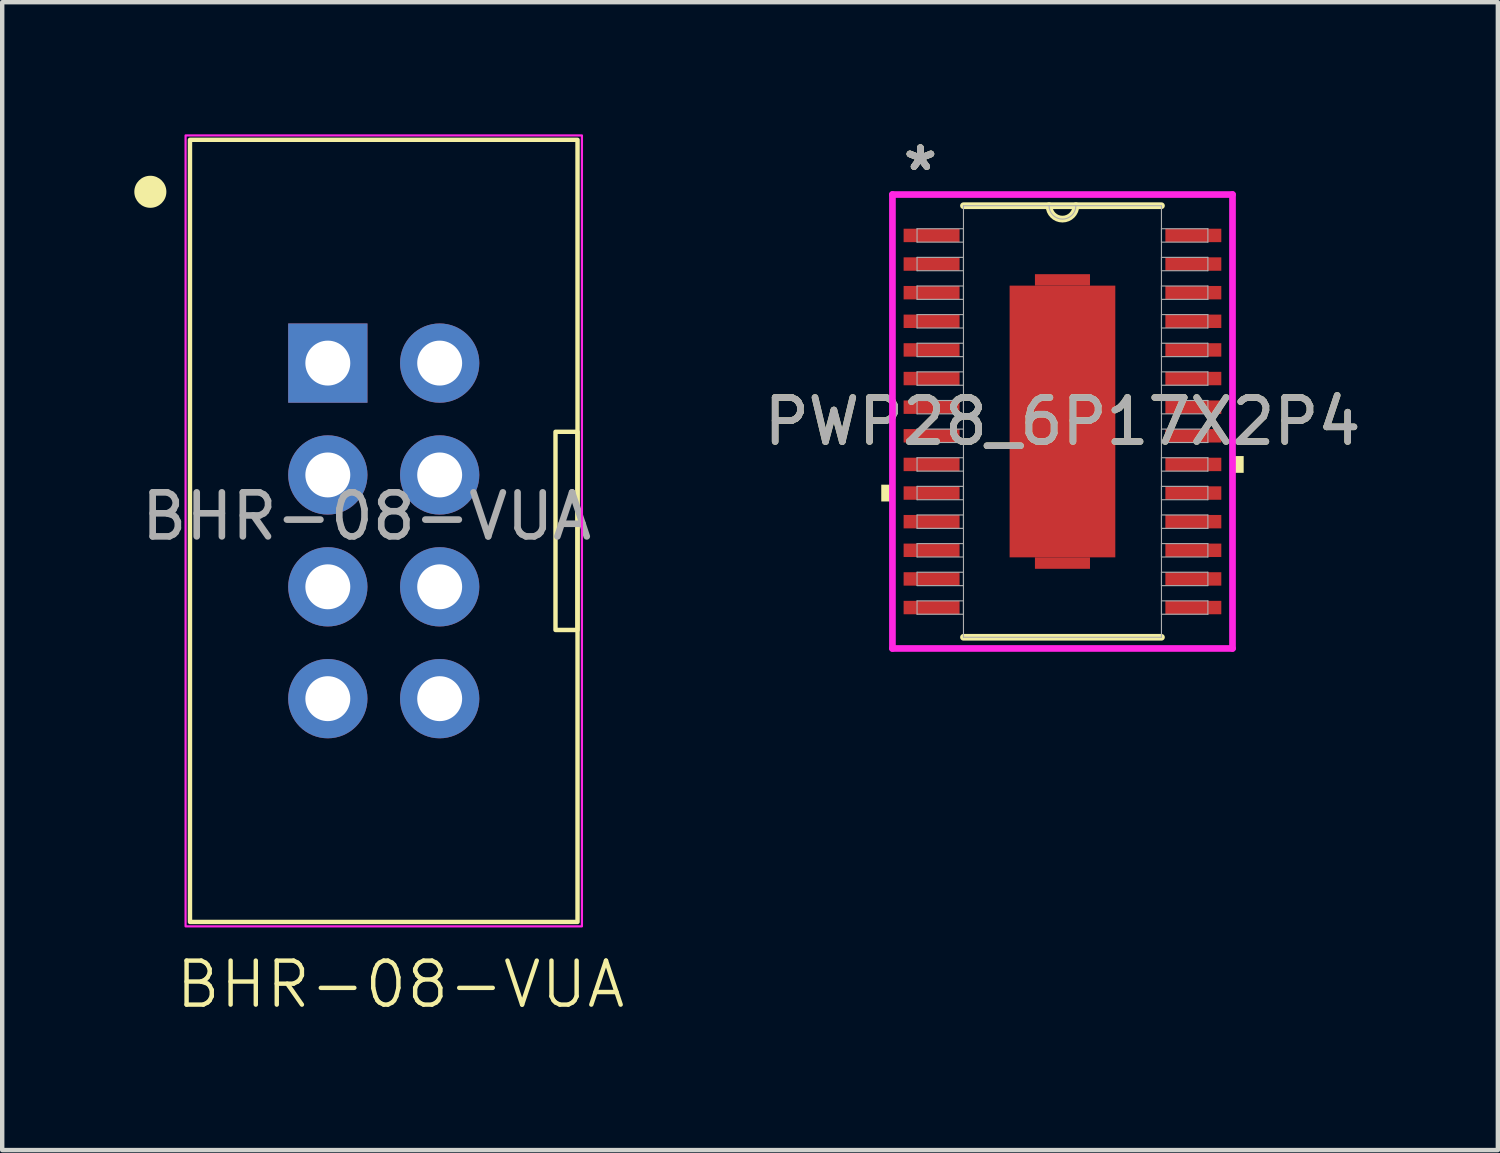
<source format=kicad_pcb>
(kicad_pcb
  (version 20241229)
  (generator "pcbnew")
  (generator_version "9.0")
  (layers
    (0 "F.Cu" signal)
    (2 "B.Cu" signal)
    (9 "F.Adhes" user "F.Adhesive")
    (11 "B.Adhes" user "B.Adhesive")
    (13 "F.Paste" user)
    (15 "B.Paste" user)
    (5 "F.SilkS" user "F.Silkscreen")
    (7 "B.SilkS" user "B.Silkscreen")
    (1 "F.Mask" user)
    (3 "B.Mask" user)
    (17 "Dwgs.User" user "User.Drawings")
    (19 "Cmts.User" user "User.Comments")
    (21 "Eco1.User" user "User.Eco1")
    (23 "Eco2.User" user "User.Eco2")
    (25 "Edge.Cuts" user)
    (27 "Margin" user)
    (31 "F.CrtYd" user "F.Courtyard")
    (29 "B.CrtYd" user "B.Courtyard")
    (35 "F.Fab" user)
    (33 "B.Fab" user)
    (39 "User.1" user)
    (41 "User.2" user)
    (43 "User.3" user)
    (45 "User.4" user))
  (footprint "BHR-08-VUA"
    (layer "F.Cu")
    (at 5.664 9.005)
    (property "Reference" "BHR-08-VUA" (at 0.38 10.3 0) (unlocked yes) (layer "F.SilkS") (effects (font (size 1 1) (thickness 0.1))))
    (attr smd)
    (fp_rect (start -4.4 -8.88) (end 4.4 8.88) (stroke (width 0.1) (type default)) (fill no) (layer "F.SilkS"))
    (fp_rect (start 4.4 -2.25) (end 3.9 2.25) (stroke (width 0.1) (type default)) (fill no) (layer "F.SilkS"))
    (fp_circle (center -5.3 -7.7) (end -4.936 -7.7) (stroke (width 0) (type solid)) (fill yes) (layer "F.SilkS"))
    (fp_rect (start -4.5 -8.98) (end 4.5 8.98) (stroke (width 0.05) (type default)) (fill no) (layer "F.CrtYd"))
    (fp_text user "${REFERENCE}" (at -0.39 -0.33 0) (unlocked yes) (layer "F.Fab") (effects (font (size 1 1) (thickness 0.15))))
    (pad "1" thru_hole rect (at -1.27 -3.81) (size 1.8 1.8) (drill 1.02) (layers "*.Cu" "*.Mask"))
    (pad "2" thru_hole circle (at 1.27 -3.81) (size 1.8 1.8) (drill 1.02) (layers "*.Cu" "*.Mask"))
    (pad "3" thru_hole circle (at -1.27 -1.27) (size 1.8 1.8) (drill 1.02) (layers "*.Cu" "*.Mask"))
    (pad "4" thru_hole circle (at 1.27 -1.27) (size 1.8 1.8) (drill 1.02) (layers "*.Cu" "*.Mask"))
    (pad "5" thru_hole circle (at -1.27 1.27) (size 1.8 1.8) (drill 1.02) (layers "*.Cu" "*.Mask"))
    (pad "6" thru_hole circle (at 1.27 1.27) (size 1.8 1.8) (drill 1.02) (layers "*.Cu" "*.Mask"))
    (pad "7" thru_hole circle (at -1.27 3.81) (size 1.8 1.8) (drill 1.02) (layers "*.Cu" "*.Mask"))
    (pad "8" thru_hole circle (at 1.27 3.81) (size 1.8 1.8) (drill 1.02) (layers "*.Cu" "*.Mask")))
  (footprint "PWP28_6P17X2P4"
    (layer "F.Cu")
    (at 21.076 6.521)
    (property "Reference" "PWP28_6P17X2P4" (at 0 0 0) (unlocked yes) (layer "F.SilkS") (effects (font (size 1 1) (thickness 0.15))))
    (attr smd)
    (fp_poly (pts (xy -0.625 -3.085) (xy -0.625 -3.345) (xy 0.625 -3.345) (xy 0.625 -3.085)) (stroke (width 0) (type solid)) (fill yes) (layer "F.Cu"))
    (fp_poly (pts (xy -0.625 3.085) (xy -0.625 3.345) (xy 0.625 3.345) (xy 0.625 3.085)) (stroke (width 0) (type solid)) (fill yes) (layer "F.Cu"))
    (fp_poly (pts (xy -0.625 -3.085) (xy -0.625 -3.345) (xy 0.625 -3.345) (xy 0.625 -3.085)) (stroke (width 0) (type solid)) (fill yes) (layer "F.Mask"))
    (fp_poly (pts (xy -0.625 3.085) (xy -0.625 3.345) (xy 0.625 3.345) (xy 0.625 3.085)) (stroke (width 0) (type solid)) (fill yes) (layer "F.Mask"))
    (fp_line (start -2.248 4.9) (end 2.248 4.9) (stroke (width 0.152) (type solid)) (layer "F.SilkS"))
    (fp_line (start 2.248 -4.9) (end -2.248 -4.9) (stroke (width 0.152) (type solid)) (layer "F.SilkS"))
    (fp_arc (start 0.3048 -4.900003) (mid 0 -4.595203) (end -0.3048 -4.900003) (stroke (width 0.1524) (type solid)) (layer "F.SilkS"))
    (fp_poly (pts (xy -4.115 1.435) (xy -4.115 1.816) (xy -3.861 1.816) (xy -3.861 1.435)) (stroke (width 0) (type solid)) (fill yes) (layer "F.SilkS"))
    (fp_poly (pts (xy 4.115 0.785) (xy 4.115 1.166) (xy 3.861 1.166) (xy 3.861 0.785)) (stroke (width 0) (type solid)) (fill yes) (layer "F.SilkS"))
    (fp_line (start -3.861 -5.154) (end 3.861 -5.154) (stroke (width 0.152) (type solid)) (layer "F.CrtYd"))
    (fp_line (start -3.861 5.154) (end -3.861 -5.154) (stroke (width 0.152) (type solid)) (layer "F.CrtYd"))
    (fp_line (start 3.861 -5.154) (end 3.861 5.154) (stroke (width 0.152) (type solid)) (layer "F.CrtYd"))
    (fp_line (start 3.861 5.154) (end -3.861 5.154) (stroke (width 0.152) (type solid)) (layer "F.CrtYd"))
    (fp_line (start -3.302 -4.377) (end -3.302 -4.073) (stroke (width 0.025) (type solid)) (layer "F.Fab"))
    (fp_line (start -3.302 -4.073) (end -2.248 -4.073) (stroke (width 0.025) (type solid)) (layer "F.Fab"))
    (fp_line (start -3.302 -3.727) (end -3.302 -3.423) (stroke (width 0.025) (type solid)) (layer "F.Fab"))
    (fp_line (start -3.302 -3.423) (end -2.248 -3.423) (stroke (width 0.025) (type solid)) (layer "F.Fab"))
    (fp_line (start -3.302 -3.077) (end -3.302 -2.773) (stroke (width 0.025) (type solid)) (layer "F.Fab"))
    (fp_line (start -3.302 -2.773) (end -2.248 -2.773) (stroke (width 0.025) (type solid)) (layer "F.Fab"))
    (fp_line (start -3.302 -2.427) (end -3.302 -2.123) (stroke (width 0.025) (type solid)) (layer "F.Fab"))
    (fp_line (start -3.302 -2.123) (end -2.248 -2.123) (stroke (width 0.025) (type solid)) (layer "F.Fab"))
    (fp_line (start -3.302 -1.777) (end -3.302 -1.473) (stroke (width 0.025) (type solid)) (layer "F.Fab"))
    (fp_line (start -3.302 -1.473) (end -2.248 -1.473) (stroke (width 0.025) (type solid)) (layer "F.Fab"))
    (fp_line (start -3.302 -1.127) (end -3.302 -0.823) (stroke (width 0.025) (type solid)) (layer "F.Fab"))
    (fp_line (start -3.302 -0.823) (end -2.248 -0.823) (stroke (width 0.025) (type solid)) (layer "F.Fab"))
    (fp_line (start -3.302 -0.477) (end -3.302 -0.173) (stroke (width 0.025) (type solid)) (layer "F.Fab"))
    (fp_line (start -3.302 -0.173) (end -2.248 -0.173) (stroke (width 0.025) (type solid)) (layer "F.Fab"))
    (fp_line (start -3.302 0.173) (end -3.302 0.477) (stroke (width 0.025) (type solid)) (layer "F.Fab"))
    (fp_line (start -3.302 0.477) (end -2.248 0.477) (stroke (width 0.025) (type solid)) (layer "F.Fab"))
    (fp_line (start -3.302 0.823) (end -3.302 1.127) (stroke (width 0.025) (type solid)) (layer "F.Fab"))
    (fp_line (start -3.302 1.127) (end -2.248 1.127) (stroke (width 0.025) (type solid)) (layer "F.Fab"))
    (fp_line (start -3.302 1.473) (end -3.302 1.777) (stroke (width 0.025) (type solid)) (layer "F.Fab"))
    (fp_line (start -3.302 1.777) (end -2.248 1.777) (stroke (width 0.025) (type solid)) (layer "F.Fab"))
    (fp_line (start -3.302 2.123) (end -3.302 2.427) (stroke (width 0.025) (type solid)) (layer "F.Fab"))
    (fp_line (start -3.302 2.427) (end -2.248 2.427) (stroke (width 0.025) (type solid)) (layer "F.Fab"))
    (fp_line (start -3.302 2.773) (end -3.302 3.077) (stroke (width 0.025) (type solid)) (layer "F.Fab"))
    (fp_line (start -3.302 3.077) (end -2.248 3.077) (stroke (width 0.025) (type solid)) (layer "F.Fab"))
    (fp_line (start -3.302 3.423) (end -3.302 3.727) (stroke (width 0.025) (type solid)) (layer "F.Fab"))
    (fp_line (start -3.302 3.727) (end -2.248 3.727) (stroke (width 0.025) (type solid)) (layer "F.Fab"))
    (fp_line (start -3.302 4.073) (end -3.302 4.377) (stroke (width 0.025) (type solid)) (layer "F.Fab"))
    (fp_line (start -3.302 4.377) (end -2.248 4.377) (stroke (width 0.025) (type solid)) (layer "F.Fab"))
    (fp_line (start -2.248 -4.9) (end -2.248 4.9) (stroke (width 0.025) (type solid)) (layer "F.Fab"))
    (fp_line (start -2.248 -4.377) (end -3.302 -4.377) (stroke (width 0.025) (type solid)) (layer "F.Fab"))
    (fp_line (start -2.248 -4.073) (end -2.248 -4.377) (stroke (width 0.025) (type solid)) (layer "F.Fab"))
    (fp_line (start -2.248 -3.727) (end -3.302 -3.727) (stroke (width 0.025) (type solid)) (layer "F.Fab"))
    (fp_line (start -2.248 -3.423) (end -2.248 -3.727) (stroke (width 0.025) (type solid)) (layer "F.Fab"))
    (fp_line (start -2.248 -3.077) (end -3.302 -3.077) (stroke (width 0.025) (type solid)) (layer "F.Fab"))
    (fp_line (start -2.248 -2.773) (end -2.248 -3.077) (stroke (width 0.025) (type solid)) (layer "F.Fab"))
    (fp_line (start -2.248 -2.427) (end -3.302 -2.427) (stroke (width 0.025) (type solid)) (layer "F.Fab"))
    (fp_line (start -2.248 -2.123) (end -2.248 -2.427) (stroke (width 0.025) (type solid)) (layer "F.Fab"))
    (fp_line (start -2.248 -1.777) (end -3.302 -1.777) (stroke (width 0.025) (type solid)) (layer "F.Fab"))
    (fp_line (start -2.248 -1.473) (end -2.248 -1.777) (stroke (width 0.025) (type solid)) (layer "F.Fab"))
    (fp_line (start -2.248 -1.127) (end -3.302 -1.127) (stroke (width 0.025) (type solid)) (layer "F.Fab"))
    (fp_line (start -2.248 -0.823) (end -2.248 -1.127) (stroke (width 0.025) (type solid)) (layer "F.Fab"))
    (fp_line (start -2.248 -0.477) (end -3.302 -0.477) (stroke (width 0.025) (type solid)) (layer "F.Fab"))
    (fp_line (start -2.248 -0.173) (end -2.248 -0.477) (stroke (width 0.025) (type solid)) (layer "F.Fab"))
    (fp_line (start -2.248 0.173) (end -3.302 0.173) (stroke (width 0.025) (type solid)) (layer "F.Fab"))
    (fp_line (start -2.248 0.477) (end -2.248 0.173) (stroke (width 0.025) (type solid)) (layer "F.Fab"))
    (fp_line (start -2.248 0.823) (end -3.302 0.823) (stroke (width 0.025) (type solid)) (layer "F.Fab"))
    (fp_line (start -2.248 1.127) (end -2.248 0.823) (stroke (width 0.025) (type solid)) (layer "F.Fab"))
    (fp_line (start -2.248 1.473) (end -3.302 1.473) (stroke (width 0.025) (type solid)) (layer "F.Fab"))
    (fp_line (start -2.248 1.777) (end -2.248 1.473) (stroke (width 0.025) (type solid)) (layer "F.Fab"))
    (fp_line (start -2.248 2.123) (end -3.302 2.123) (stroke (width 0.025) (type solid)) (layer "F.Fab"))
    (fp_line (start -2.248 2.427) (end -2.248 2.123) (stroke (width 0.025) (type solid)) (layer "F.Fab"))
    (fp_line (start -2.248 2.773) (end -3.302 2.773) (stroke (width 0.025) (type solid)) (layer "F.Fab"))
    (fp_line (start -2.248 3.077) (end -2.248 2.773) (stroke (width 0.025) (type solid)) (layer "F.Fab"))
    (fp_line (start -2.248 3.423) (end -3.302 3.423) (stroke (width 0.025) (type solid)) (layer "F.Fab"))
    (fp_line (start -2.248 3.727) (end -2.248 3.423) (stroke (width 0.025) (type solid)) (layer "F.Fab"))
    (fp_line (start -2.248 4.073) (end -3.302 4.073) (stroke (width 0.025) (type solid)) (layer "F.Fab"))
    (fp_line (start -2.248 4.377) (end -2.248 4.073) (stroke (width 0.025) (type solid)) (layer "F.Fab"))
    (fp_line (start -2.248 4.9) (end 2.248 4.9) (stroke (width 0.025) (type solid)) (layer "F.Fab"))
    (fp_line (start 2.248 -4.9) (end -2.248 -4.9) (stroke (width 0.025) (type solid)) (layer "F.Fab"))
    (fp_line (start 2.248 -4.377) (end 2.248 -4.073) (stroke (width 0.025) (type solid)) (layer "F.Fab"))
    (fp_line (start 2.248 -4.073) (end 3.302 -4.073) (stroke (width 0.025) (type solid)) (layer "F.Fab"))
    (fp_line (start 2.248 -3.727) (end 2.248 -3.423) (stroke (width 0.025) (type solid)) (layer "F.Fab"))
    (fp_line (start 2.248 -3.423) (end 3.302 -3.423) (stroke (width 0.025) (type solid)) (layer "F.Fab"))
    (fp_line (start 2.248 -3.077) (end 2.248 -2.773) (stroke (width 0.025) (type solid)) (layer "F.Fab"))
    (fp_line (start 2.248 -2.773) (end 3.302 -2.773) (stroke (width 0.025) (type solid)) (layer "F.Fab"))
    (fp_line (start 2.248 -2.427) (end 2.248 -2.123) (stroke (width 0.025) (type solid)) (layer "F.Fab"))
    (fp_line (start 2.248 -2.123) (end 3.302 -2.123) (stroke (width 0.025) (type solid)) (layer "F.Fab"))
    (fp_line (start 2.248 -1.777) (end 2.248 -1.473) (stroke (width 0.025) (type solid)) (layer "F.Fab"))
    (fp_line (start 2.248 -1.473) (end 3.302 -1.473) (stroke (width 0.025) (type solid)) (layer "F.Fab"))
    (fp_line (start 2.248 -1.127) (end 2.248 -0.823) (stroke (width 0.025) (type solid)) (layer "F.Fab"))
    (fp_line (start 2.248 -0.823) (end 3.302 -0.823) (stroke (width 0.025) (type solid)) (layer "F.Fab"))
    (fp_line (start 2.248 -0.477) (end 2.248 -0.173) (stroke (width 0.025) (type solid)) (layer "F.Fab"))
    (fp_line (start 2.248 -0.173) (end 3.302 -0.173) (stroke (width 0.025) (type solid)) (layer "F.Fab"))
    (fp_line (start 2.248 0.173) (end 2.248 0.477) (stroke (width 0.025) (type solid)) (layer "F.Fab"))
    (fp_line (start 2.248 0.477) (end 3.302 0.477) (stroke (width 0.025) (type solid)) (layer "F.Fab"))
    (fp_line (start 2.248 0.823) (end 2.248 1.127) (stroke (width 0.025) (type solid)) (layer "F.Fab"))
    (fp_line (start 2.248 1.127) (end 3.302 1.127) (stroke (width 0.025) (type solid)) (layer "F.Fab"))
    (fp_line (start 2.248 1.473) (end 2.248 1.777) (stroke (width 0.025) (type solid)) (layer "F.Fab"))
    (fp_line (start 2.248 1.777) (end 3.302 1.777) (stroke (width 0.025) (type solid)) (layer "F.Fab"))
    (fp_line (start 2.248 2.123) (end 2.248 2.427) (stroke (width 0.025) (type solid)) (layer "F.Fab"))
    (fp_line (start 2.248 2.427) (end 3.302 2.427) (stroke (width 0.025) (type solid)) (layer "F.Fab"))
    (fp_line (start 2.248 2.773) (end 2.248 3.077) (stroke (width 0.025) (type solid)) (layer "F.Fab"))
    (fp_line (start 2.248 3.077) (end 3.302 3.077) (stroke (width 0.025) (type solid)) (layer "F.Fab"))
    (fp_line (start 2.248 3.423) (end 2.248 3.727) (stroke (width 0.025) (type solid)) (layer "F.Fab"))
    (fp_line (start 2.248 3.727) (end 3.302 3.727) (stroke (width 0.025) (type solid)) (layer "F.Fab"))
    (fp_line (start 2.248 4.073) (end 2.248 4.377) (stroke (width 0.025) (type solid)) (layer "F.Fab"))
    (fp_line (start 2.248 4.377) (end 3.302 4.377) (stroke (width 0.025) (type solid)) (layer "F.Fab"))
    (fp_line (start 2.248 4.9) (end 2.248 -4.9) (stroke (width 0.025) (type solid)) (layer "F.Fab"))
    (fp_line (start 3.302 -4.377) (end 2.248 -4.377) (stroke (width 0.025) (type solid)) (layer "F.Fab"))
    (fp_line (start 3.302 -4.073) (end 3.302 -4.377) (stroke (width 0.025) (type solid)) (layer "F.Fab"))
    (fp_line (start 3.302 -3.727) (end 2.248 -3.727) (stroke (width 0.025) (type solid)) (layer "F.Fab"))
    (fp_line (start 3.302 -3.423) (end 3.302 -3.727) (stroke (width 0.025) (type solid)) (layer "F.Fab"))
    (fp_line (start 3.302 -3.077) (end 2.248 -3.077) (stroke (width 0.025) (type solid)) (layer "F.Fab"))
    (fp_line (start 3.302 -2.773) (end 3.302 -3.077) (stroke (width 0.025) (type solid)) (layer "F.Fab"))
    (fp_line (start 3.302 -2.427) (end 2.248 -2.427) (stroke (width 0.025) (type solid)) (layer "F.Fab"))
    (fp_line (start 3.302 -2.123) (end 3.302 -2.427) (stroke (width 0.025) (type solid)) (layer "F.Fab"))
    (fp_line (start 3.302 -1.777) (end 2.248 -1.777) (stroke (width 0.025) (type solid)) (layer "F.Fab"))
    (fp_line (start 3.302 -1.473) (end 3.302 -1.777) (stroke (width 0.025) (type solid)) (layer "F.Fab"))
    (fp_line (start 3.302 -1.127) (end 2.248 -1.127) (stroke (width 0.025) (type solid)) (layer "F.Fab"))
    (fp_line (start 3.302 -0.823) (end 3.302 -1.127) (stroke (width 0.025) (type solid)) (layer "F.Fab"))
    (fp_line (start 3.302 -0.477) (end 2.248 -0.477) (stroke (width 0.025) (type solid)) (layer "F.Fab"))
    (fp_line (start 3.302 -0.173) (end 3.302 -0.477) (stroke (width 0.025) (type solid)) (layer "F.Fab"))
    (fp_line (start 3.302 0.173) (end 2.248 0.173) (stroke (width 0.025) (type solid)) (layer "F.Fab"))
    (fp_line (start 3.302 0.477) (end 3.302 0.173) (stroke (width 0.025) (type solid)) (layer "F.Fab"))
    (fp_line (start 3.302 0.823) (end 2.248 0.823) (stroke (width 0.025) (type solid)) (layer "F.Fab"))
    (fp_line (start 3.302 1.127) (end 3.302 0.823) (stroke (width 0.025) (type solid)) (layer "F.Fab"))
    (fp_line (start 3.302 1.473) (end 2.248 1.473) (stroke (width 0.025) (type solid)) (layer "F.Fab"))
    (fp_line (start 3.302 1.777) (end 3.302 1.473) (stroke (width 0.025) (type solid)) (layer "F.Fab"))
    (fp_line (start 3.302 2.123) (end 2.248 2.123) (stroke (width 0.025) (type solid)) (layer "F.Fab"))
    (fp_line (start 3.302 2.427) (end 3.302 2.123) (stroke (width 0.025) (type solid)) (layer "F.Fab"))
    (fp_line (start 3.302 2.773) (end 2.248 2.773) (stroke (width 0.025) (type solid)) (layer "F.Fab"))
    (fp_line (start 3.302 3.077) (end 3.302 2.773) (stroke (width 0.025) (type solid)) (layer "F.Fab"))
    (fp_line (start 3.302 3.423) (end 2.248 3.423) (stroke (width 0.025) (type solid)) (layer "F.Fab"))
    (fp_line (start 3.302 3.727) (end 3.302 3.423) (stroke (width 0.025) (type solid)) (layer "F.Fab"))
    (fp_line (start 3.302 4.073) (end 2.248 4.073) (stroke (width 0.025) (type solid)) (layer "F.Fab"))
    (fp_line (start 3.302 4.377) (end 3.302 4.073) (stroke (width 0.025) (type solid)) (layer "F.Fab"))
    (fp_arc (start 0.3048 -4.900003) (mid 0 -4.595203) (end -0.3048 -4.900003) (stroke (width 0.0254) (type solid)) (layer "F.Fab"))
    (fp_text user "*" (at -3.226 -5.673 0) (layer "F.SilkS") (effects (font (size 1 1) (thickness 0.15))))
    (fp_text user "*" (at -3.226 -5.673 0) (unlocked yes) (layer "F.SilkS") (effects (font (size 1 1) (thickness 0.15))))
    (fp_text user "*" (at -3.226 -5.673 0) (layer "F.Fab") (effects (font (size 1 1) (thickness 0.15))))
    (fp_text user "${REFERENCE}" (at 0 0 0) (unlocked yes) (layer "F.Fab") (effects (font (size 1 1) (thickness 0.15))))
    (fp_text user "*" (at -3.226 -5.673 0) (unlocked yes) (layer "F.Fab") (effects (font (size 1 1) (thickness 0.15))))
    (pad "1" smd rect (at -2.972 -4.225) (size 1.27 0.305) (layers "F.Cu" "F.Mask" "F.Paste"))
    (pad "2" smd rect (at -2.972 -3.575) (size 1.27 0.305) (layers "F.Cu" "F.Mask" "F.Paste"))
    (pad "3" smd rect (at -2.972 -2.925) (size 1.27 0.305) (layers "F.Cu" "F.Mask" "F.Paste"))
    (pad "4" smd rect (at -2.972 -2.275) (size 1.27 0.305) (layers "F.Cu" "F.Mask" "F.Paste"))
    (pad "5" smd rect (at -2.972 -1.625) (size 1.27 0.305) (layers "F.Cu" "F.Mask" "F.Paste"))
    (pad "6" smd rect (at -2.972 -0.975) (size 1.27 0.305) (layers "F.Cu" "F.Mask" "F.Paste"))
    (pad "7" smd rect (at -2.972 -0.325) (size 1.27 0.305) (layers "F.Cu" "F.Mask" "F.Paste"))
    (pad "8" smd rect (at -2.972 0.325) (size 1.27 0.305) (layers "F.Cu" "F.Mask" "F.Paste"))
    (pad "9" smd rect (at -2.972 0.975) (size 1.27 0.305) (layers "F.Cu" "F.Mask" "F.Paste"))
    (pad "10" smd rect (at -2.972 1.625) (size 1.27 0.305) (layers "F.Cu" "F.Mask" "F.Paste"))
    (pad "11" smd rect (at -2.972 2.275) (size 1.27 0.305) (layers "F.Cu" "F.Mask" "F.Paste"))
    (pad "12" smd rect (at -2.972 2.925) (size 1.27 0.305) (layers "F.Cu" "F.Mask" "F.Paste"))
    (pad "13" smd rect (at -2.972 3.575) (size 1.27 0.305) (layers "F.Cu" "F.Mask" "F.Paste"))
    (pad "14" smd rect (at -2.972 4.225) (size 1.27 0.305) (layers "F.Cu" "F.Mask" "F.Paste"))
    (pad "15" smd rect (at 2.972 4.225) (size 1.27 0.305) (layers "F.Cu" "F.Mask" "F.Paste"))
    (pad "16" smd rect (at 2.972 3.575) (size 1.27 0.305) (layers "F.Cu" "F.Mask" "F.Paste"))
    (pad "17" smd rect (at 2.972 2.925) (size 1.27 0.305) (layers "F.Cu" "F.Mask" "F.Paste"))
    (pad "18" smd rect (at 2.972 2.275) (size 1.27 0.305) (layers "F.Cu" "F.Mask" "F.Paste"))
    (pad "19" smd rect (at 2.972 1.625) (size 1.27 0.305) (layers "F.Cu" "F.Mask" "F.Paste"))
    (pad "20" smd rect (at 2.972 0.975) (size 1.27 0.305) (layers "F.Cu" "F.Mask" "F.Paste"))
    (pad "21" smd rect (at 2.972 0.325) (size 1.27 0.305) (layers "F.Cu" "F.Mask" "F.Paste"))
    (pad "22" smd rect (at 2.972 -0.325) (size 1.27 0.305) (layers "F.Cu" "F.Mask" "F.Paste"))
    (pad "23" smd rect (at 2.972 -0.975) (size 1.27 0.305) (layers "F.Cu" "F.Mask" "F.Paste"))
    (pad "24" smd rect (at 2.972 -1.625) (size 1.27 0.305) (layers "F.Cu" "F.Mask" "F.Paste"))
    (pad "25" smd rect (at 2.972 -2.275) (size 1.27 0.305) (layers "F.Cu" "F.Mask" "F.Paste"))
    (pad "26" smd rect (at 2.972 -2.925) (size 1.27 0.305) (layers "F.Cu" "F.Mask" "F.Paste"))
    (pad "27" smd rect (at 2.972 -3.575) (size 1.27 0.305) (layers "F.Cu" "F.Mask" "F.Paste"))
    (pad "28" smd rect (at 2.972 -4.225) (size 1.27 0.305) (layers "F.Cu" "F.Mask" "F.Paste"))
    (pad "29" smd rect (at 0 0) (size 2.4 6.17) (layers "F.Cu" "F.Mask" "F.Paste")))
  (gr_rect
    (start -3 -3)
    (end 30.963 23.066)
    (stroke (width 0.1) (type default))
    (fill no)
    (layer "Edge.Cuts")))
</source>
